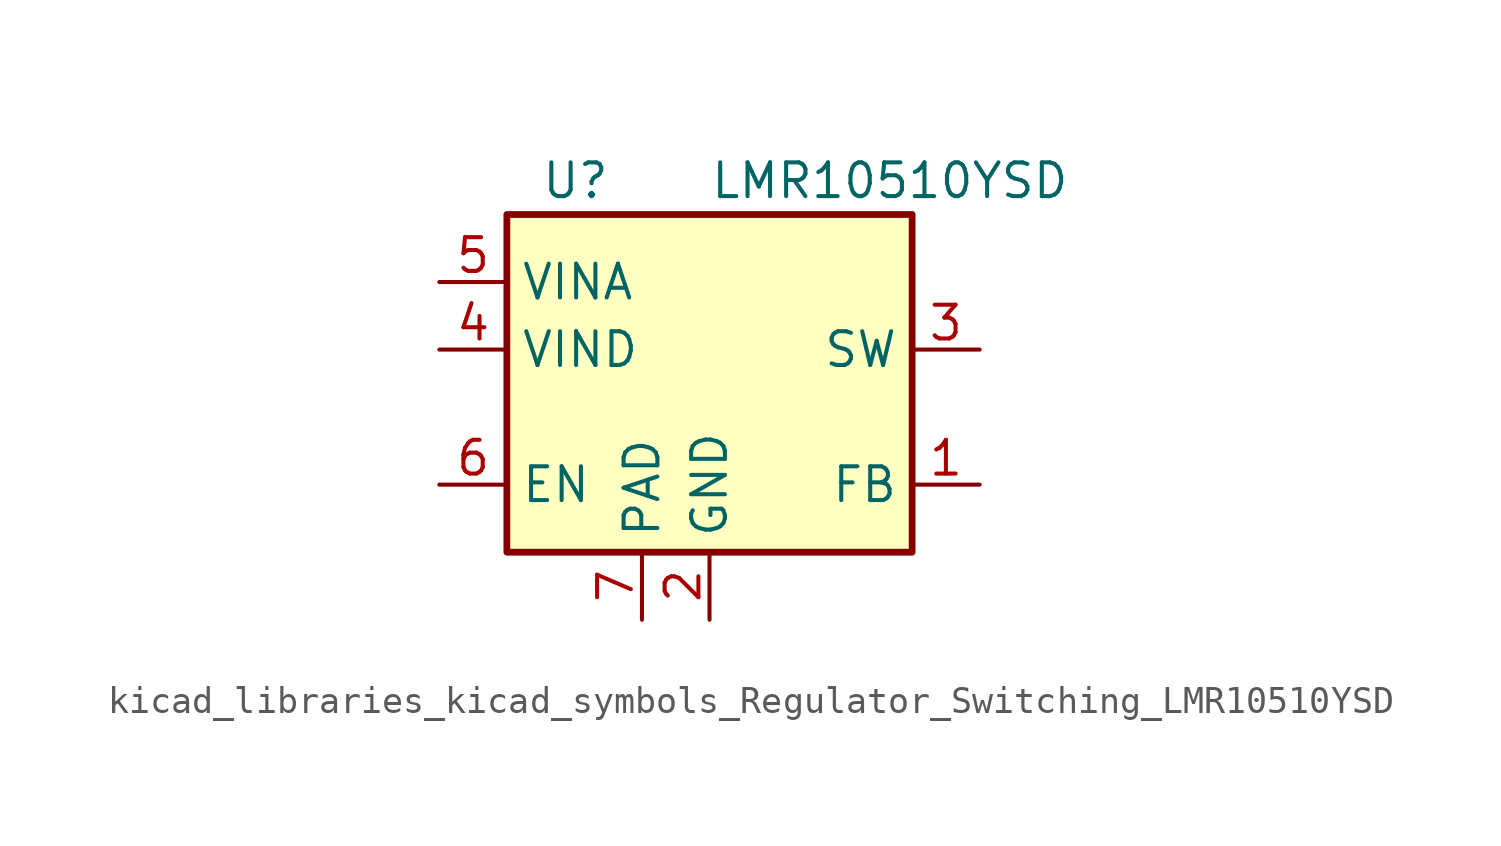
<source format=kicad_sym>
(kicad_symbol_lib
  (version 20220914)
  (generator kicad_symbol_editor)
  (symbol "kicad_libraries_kicad_symbols_Regulator_Switching_LMR10510YSD"
    (property "Reference" "U"
      (at -6.35 8.89 0)
      (effects (font (size 1.27 1.27)) (justify left)))
    (property "Value" "LMR10510YSD"
      (at 0 8.89 0)
      (effects (font (size 1.27 1.27)) (justify left)))
    (symbol "kicad_libraries_kicad_symbols_Regulator_Switching_LMR10510YSD_0_1"
      (rectangle (start -7.62 7.62) (end 7.62 -5.08) (stroke (width 0.254) (type default)) (fill (type background))))
    (symbol "kicad_libraries_kicad_symbols_Regulator_Switching_LMR10510YSD_1_1"
      (pin input line (at 10.16 -2.54 180) (length 2.54) (name "FB" (effects (font (size 1.27 1.27)))) (number "1" (effects (font (size 1.27 1.27)))))
      (pin power_in line (at 0 -7.62 90) (length 2.54) (name "GND" (effects (font (size 1.27 1.27)))) (number "2" (effects (font (size 1.27 1.27)))))
      (pin output line (at 10.16 2.54 180) (length 2.54) (name "SW" (effects (font (size 1.27 1.27)))) (number "3" (effects (font (size 1.27 1.27)))))
      (pin power_in line (at -10.16 2.54 0) (length 2.54) (name "VIND" (effects (font (size 1.27 1.27)))) (number "4" (effects (font (size 1.27 1.27)))))
      (pin input line (at -10.16 5.08 0) (length 2.54) (name "VINA" (effects (font (size 1.27 1.27)))) (number "5" (effects (font (size 1.27 1.27)))))
      (pin input line (at -10.16 -2.54 0) (length 2.54) (name "EN" (effects (font (size 1.27 1.27)))) (number "6" (effects (font (size 1.27 1.27)))))
      (pin passive line (at -2.54 -7.62 90) (length 2.54) (name "PAD" (effects (font (size 1.27 1.27)))) (number "7" (effects (font (size 1.27 1.27))))))))
</source>
